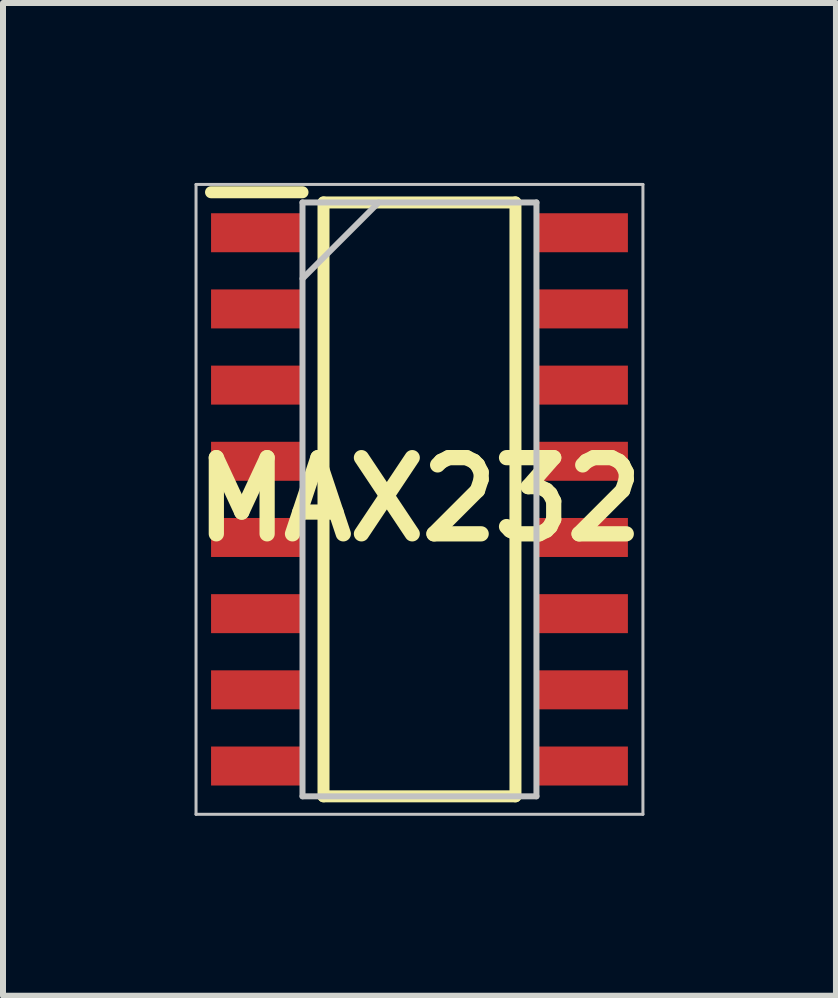
<source format=kicad_pcb>
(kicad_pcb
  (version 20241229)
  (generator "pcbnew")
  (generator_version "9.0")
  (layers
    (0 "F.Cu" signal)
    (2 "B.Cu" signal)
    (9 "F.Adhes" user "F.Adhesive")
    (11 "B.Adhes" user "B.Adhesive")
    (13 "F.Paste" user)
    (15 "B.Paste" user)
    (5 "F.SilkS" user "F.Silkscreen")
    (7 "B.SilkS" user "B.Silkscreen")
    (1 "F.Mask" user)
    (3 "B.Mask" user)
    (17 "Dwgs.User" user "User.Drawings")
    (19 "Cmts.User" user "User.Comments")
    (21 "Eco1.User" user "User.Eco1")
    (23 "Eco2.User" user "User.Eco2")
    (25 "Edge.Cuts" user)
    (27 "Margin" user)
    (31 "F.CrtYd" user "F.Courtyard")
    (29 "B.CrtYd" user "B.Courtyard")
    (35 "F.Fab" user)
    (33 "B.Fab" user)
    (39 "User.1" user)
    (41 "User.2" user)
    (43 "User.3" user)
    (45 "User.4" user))
  (footprint "MAX232"
    (layer "F.Cu")
    (at 3.943 5.275)
    (property "Reference" "MAX232" (at 0 0 0) (layer "F.SilkS") (effects (font (size 1.27 1.27) (thickness 0.254))))
    (attr smd)
    (fp_line (start -3.475 -5.12) (end -1.95 -5.12) (stroke (width 0.2) (type solid)) (layer "F.SilkS"))
    (fp_line (start -1.6 -4.95) (end 1.6 -4.95) (stroke (width 0.2) (type solid)) (layer "F.SilkS"))
    (fp_line (start -1.6 4.95) (end -1.6 -4.95) (stroke (width 0.2) (type solid)) (layer "F.SilkS"))
    (fp_line (start 1.6 -4.95) (end 1.6 4.95) (stroke (width 0.2) (type solid)) (layer "F.SilkS"))
    (fp_line (start 1.6 4.95) (end -1.6 4.95) (stroke (width 0.2) (type solid)) (layer "F.SilkS"))
    (fp_line (start -3.725 -5.25) (end 3.725 -5.25) (stroke (width 0.05) (type solid)) (layer "Dwgs.User"))
    (fp_line (start -3.725 5.25) (end -3.725 -5.25) (stroke (width 0.05) (type solid)) (layer "Dwgs.User"))
    (fp_line (start -1.95 -4.95) (end 1.95 -4.95) (stroke (width 0.1) (type solid)) (layer "Dwgs.User"))
    (fp_line (start -1.95 -3.68) (end -0.68 -4.95) (stroke (width 0.1) (type solid)) (layer "Dwgs.User"))
    (fp_line (start -1.95 4.95) (end -1.95 -4.95) (stroke (width 0.1) (type solid)) (layer "Dwgs.User"))
    (fp_line (start 1.95 -4.95) (end 1.95 4.95) (stroke (width 0.1) (type solid)) (layer "Dwgs.User"))
    (fp_line (start 1.95 4.95) (end -1.95 4.95) (stroke (width 0.1) (type solid)) (layer "Dwgs.User"))
    (fp_line (start 3.725 -5.25) (end 3.725 5.25) (stroke (width 0.05) (type solid)) (layer "Dwgs.User"))
    (fp_line (start 3.725 5.25) (end -3.725 5.25) (stroke (width 0.05) (type solid)) (layer "Dwgs.User"))
    (pad "1" smd rect (at -2.712 -4.445 90) (size 0.65 1.525) (layers "F.Cu" "F.Mask" "F.Paste"))
    (pad "2" smd rect (at -2.712 -3.175 90) (size 0.65 1.525) (layers "F.Cu" "F.Mask" "F.Paste"))
    (pad "3" smd rect (at -2.712 -1.905 90) (size 0.65 1.525) (layers "F.Cu" "F.Mask" "F.Paste"))
    (pad "4" smd rect (at -2.712 -0.635 90) (size 0.65 1.525) (layers "F.Cu" "F.Mask" "F.Paste"))
    (pad "5" smd rect (at -2.712 0.635 90) (size 0.65 1.525) (layers "F.Cu" "F.Mask" "F.Paste"))
    (pad "6" smd rect (at -2.712 1.905 90) (size 0.65 1.525) (layers "F.Cu" "F.Mask" "F.Paste"))
    (pad "7" smd rect (at -2.712 3.175 90) (size 0.65 1.525) (layers "F.Cu" "F.Mask" "F.Paste"))
    (pad "8" smd rect (at -2.712 4.445 90) (size 0.65 1.525) (layers "F.Cu" "F.Mask" "F.Paste"))
    (pad "9" smd rect (at 2.712 4.445 90) (size 0.65 1.525) (layers "F.Cu" "F.Mask" "F.Paste"))
    (pad "10" smd rect (at 2.712 3.175 90) (size 0.65 1.525) (layers "F.Cu" "F.Mask" "F.Paste"))
    (pad "11" smd rect (at 2.712 1.905 90) (size 0.65 1.525) (layers "F.Cu" "F.Mask" "F.Paste"))
    (pad "12" smd rect (at 2.712 0.635 90) (size 0.65 1.525) (layers "F.Cu" "F.Mask" "F.Paste"))
    (pad "13" smd rect (at 2.712 -0.635 90) (size 0.65 1.525) (layers "F.Cu" "F.Mask" "F.Paste"))
    (pad "14" smd rect (at 2.712 -1.905 90) (size 0.65 1.525) (layers "F.Cu" "F.Mask" "F.Paste"))
    (pad "15" smd rect (at 2.712 -3.175 90) (size 0.65 1.525) (layers "F.Cu" "F.Mask" "F.Paste"))
    (pad "16" smd rect (at 2.712 -4.445 90) (size 0.65 1.525) (layers "F.Cu" "F.Mask" "F.Paste")))
  (gr_rect
    (start -3 -3)
    (end 10.886 13.55)
    (stroke (width 0.1) (type default))
    (fill no)
    (layer "Edge.Cuts")))
</source>
